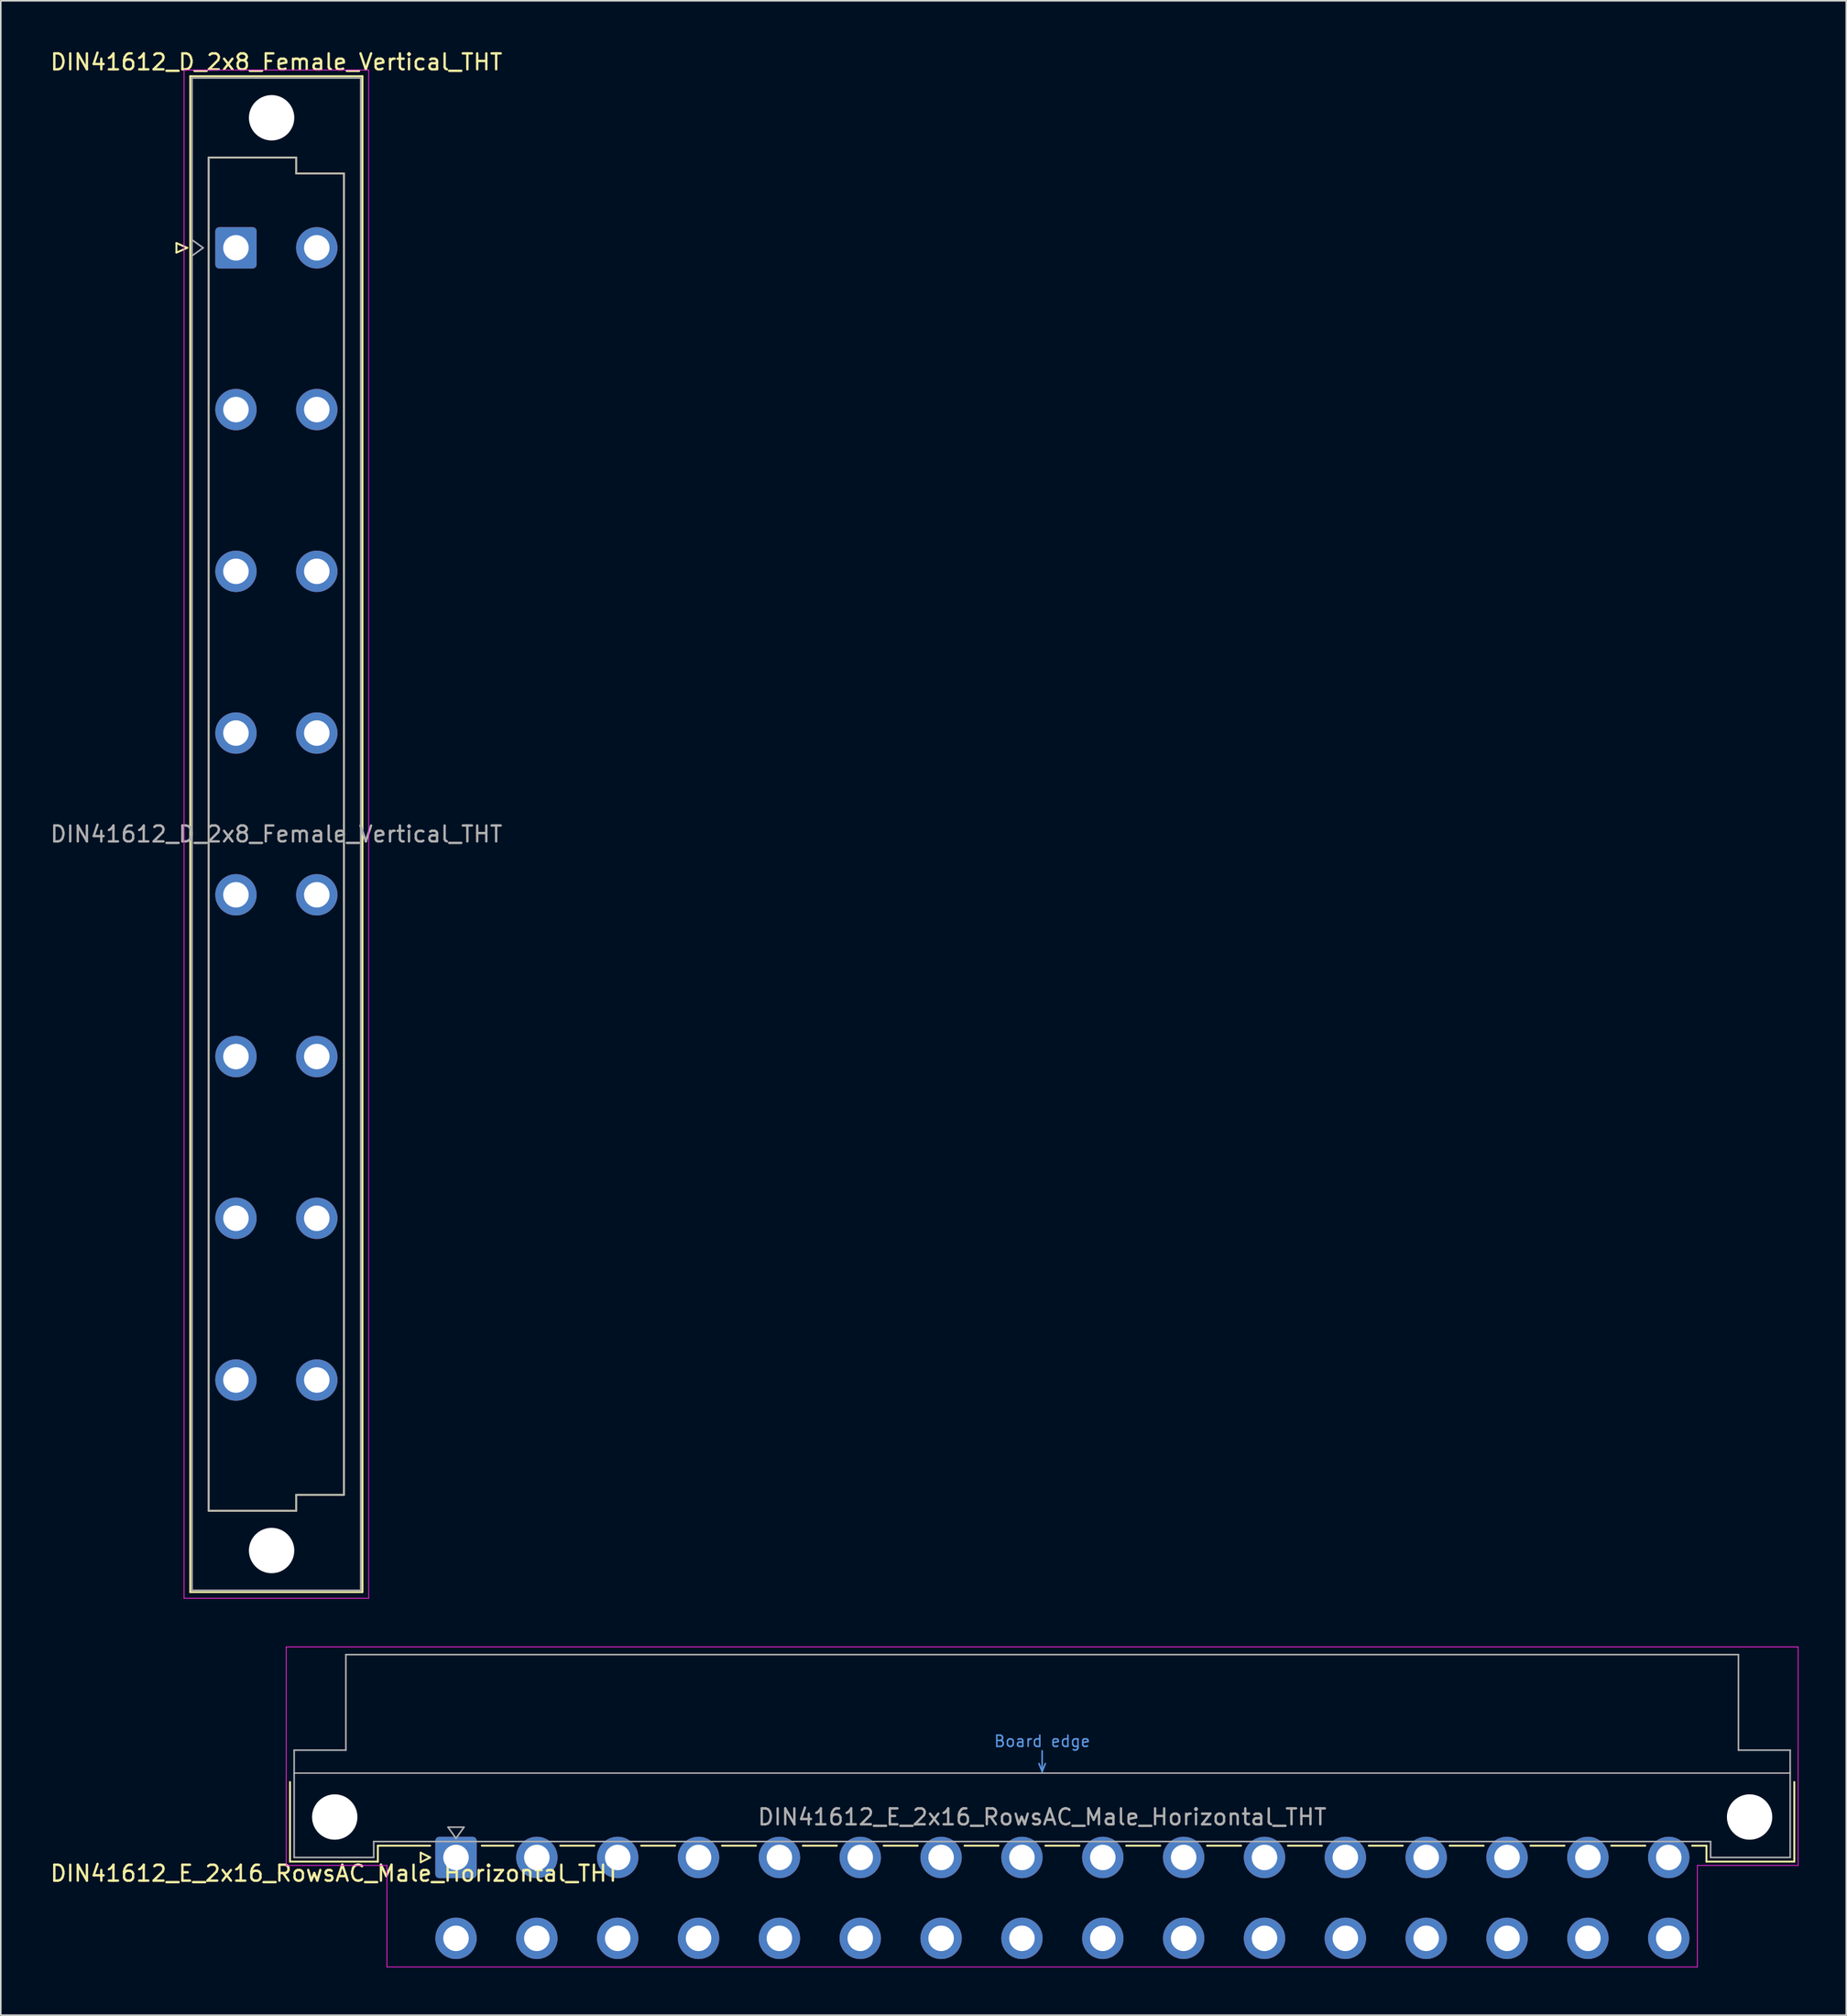
<source format=kicad_pcb>
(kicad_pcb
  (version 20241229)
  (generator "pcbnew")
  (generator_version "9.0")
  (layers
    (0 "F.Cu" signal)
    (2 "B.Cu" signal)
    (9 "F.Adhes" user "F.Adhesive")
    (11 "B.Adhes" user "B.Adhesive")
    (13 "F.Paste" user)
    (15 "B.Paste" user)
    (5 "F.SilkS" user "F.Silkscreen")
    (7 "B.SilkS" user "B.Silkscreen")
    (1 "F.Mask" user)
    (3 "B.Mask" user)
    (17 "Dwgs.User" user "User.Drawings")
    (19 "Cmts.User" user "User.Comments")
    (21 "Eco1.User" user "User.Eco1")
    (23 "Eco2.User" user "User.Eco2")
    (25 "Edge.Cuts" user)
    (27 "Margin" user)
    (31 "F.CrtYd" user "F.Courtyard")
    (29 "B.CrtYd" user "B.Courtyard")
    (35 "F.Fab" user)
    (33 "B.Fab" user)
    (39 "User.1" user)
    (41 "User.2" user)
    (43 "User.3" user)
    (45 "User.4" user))
  (footprint "DIN41612_D_2x8_Female_Vertical_THT"
    (layer "F.Cu")
    (at 11.775 9.978)
    (property "Reference" "DIN41612_D_2x8_Female_Vertical_THT" (at 2.54 -9.13 0) (layer "F.SilkS") (effects (font (size 1 1) (thickness 0.15))))
    (attr through_hole)
    (fp_line (start -3.74 2.24) (end -3.74 2.84) (stroke (width 0.12) (type solid)) (layer "F.SilkS"))
    (fp_line (start -3.74 2.84) (end -3.06 2.54) (stroke (width 0.12) (type solid)) (layer "F.SilkS"))
    (fp_line (start -3.06 2.54) (end -3.74 2.24) (stroke (width 0.12) (type solid)) (layer "F.SilkS"))
    (fp_line (start -2.87 -8.24) (end 7.95 -8.24) (stroke (width 0.12) (type solid)) (layer "F.SilkS"))
    (fp_line (start -2.87 86.98) (end -2.87 -8.24) (stroke (width 0.12) (type solid)) (layer "F.SilkS"))
    (fp_line (start -1.71 -3.131) (end 3.79 -3.131) (stroke (width 0.12) (type solid)) (layer "F.SilkS"))
    (fp_line (start -1.71 81.87) (end -1.71 -3.131) (stroke (width 0.12) (type solid)) (layer "F.SilkS"))
    (fp_line (start 3.79 -3.131) (end 3.79 -2.131) (stroke (width 0.12) (type solid)) (layer "F.SilkS"))
    (fp_line (start 3.79 -2.131) (end 6.79 -2.131) (stroke (width 0.12) (type solid)) (layer "F.SilkS"))
    (fp_line (start 3.79 80.87) (end 3.79 81.87) (stroke (width 0.12) (type solid)) (layer "F.SilkS"))
    (fp_line (start 3.79 81.87) (end -1.71 81.87) (stroke (width 0.12) (type solid)) (layer "F.SilkS"))
    (fp_line (start 6.79 -2.131) (end 6.79 80.87) (stroke (width 0.12) (type solid)) (layer "F.SilkS"))
    (fp_line (start 6.79 80.87) (end 3.79 80.87) (stroke (width 0.12) (type solid)) (layer "F.SilkS"))
    (fp_line (start 7.95 -8.24) (end 7.95 86.98) (stroke (width 0.12) (type solid)) (layer "F.SilkS"))
    (fp_line (start 7.95 86.98) (end -2.87 86.98) (stroke (width 0.12) (type solid)) (layer "F.SilkS"))
    (fp_line (start -3.26 -8.63) (end 8.34 -8.63) (stroke (width 0.05) (type solid)) (layer "F.CrtYd"))
    (fp_line (start -3.26 87.37) (end -3.26 -8.63) (stroke (width 0.05) (type solid)) (layer "F.CrtYd"))
    (fp_line (start 8.34 -8.63) (end 8.34 87.37) (stroke (width 0.05) (type solid)) (layer "F.CrtYd"))
    (fp_line (start 8.34 87.37) (end -3.26 87.37) (stroke (width 0.05) (type solid)) (layer "F.CrtYd"))
    (fp_line (start -2.76 -8.13) (end 7.84 -8.13) (stroke (width 0.1) (type solid)) (layer "F.Fab"))
    (fp_line (start -2.76 2.04) (end -2.06 2.54) (stroke (width 0.1) (type solid)) (layer "F.Fab"))
    (fp_line (start -2.76 86.87) (end -2.76 -8.13) (stroke (width 0.1) (type solid)) (layer "F.Fab"))
    (fp_line (start -2.06 2.54) (end -2.76 3.04) (stroke (width 0.1) (type solid)) (layer "F.Fab"))
    (fp_line (start -1.71 -3.13) (end 3.79 -3.13) (stroke (width 0.1) (type solid)) (layer "F.Fab"))
    (fp_line (start -1.71 81.87) (end -1.71 -3.13) (stroke (width 0.1) (type solid)) (layer "F.Fab"))
    (fp_line (start 3.79 -3.13) (end 3.79 -2.13) (stroke (width 0.1) (type solid)) (layer "F.Fab"))
    (fp_line (start 3.79 -2.13) (end 6.79 -2.13) (stroke (width 0.1) (type solid)) (layer "F.Fab"))
    (fp_line (start 3.79 80.87) (end 3.79 81.87) (stroke (width 0.1) (type solid)) (layer "F.Fab"))
    (fp_line (start 3.79 81.87) (end -1.71 81.87) (stroke (width 0.1) (type solid)) (layer "F.Fab"))
    (fp_line (start 6.79 -2.13) (end 6.79 80.87) (stroke (width 0.1) (type solid)) (layer "F.Fab"))
    (fp_line (start 6.79 80.87) (end 3.79 80.87) (stroke (width 0.1) (type solid)) (layer "F.Fab"))
    (fp_line (start 7.84 -8.13) (end 7.84 86.87) (stroke (width 0.1) (type solid)) (layer "F.Fab"))
    (fp_line (start 7.84 86.87) (end -2.76 86.87) (stroke (width 0.1) (type solid)) (layer "F.Fab"))
    (fp_text user "${REFERENCE}" (at 2.54 39.37 0) (layer "F.Fab") (effects (font (size 1 1) (thickness 0.15))))
    (pad "" np_thru_hole circle (at 2.24 -5.63) (size 2.85 2.85) (drill 2.85) (layers "*.Cu" "*.Mask"))
    (pad "" np_thru_hole circle (at 2.24 84.37) (size 2.85 2.85) (drill 2.85) (layers "*.Cu" "*.Mask"))
    (pad "a2" thru_hole roundrect (at 0 2.54) (size 2.6 2.6) (drill 1.6) (layers "*.Cu" "*.Mask") (roundrect_rratio 0.096))
    (pad "a6" thru_hole circle (at 0 12.7) (size 2.6 2.6) (drill 1.6) (layers "*.Cu" "*.Mask"))
    (pad "a10" thru_hole circle (at 0 22.86) (size 2.6 2.6) (drill 1.6) (layers "*.Cu" "*.Mask"))
    (pad "a14" thru_hole circle (at 0 33.02) (size 2.6 2.6) (drill 1.6) (layers "*.Cu" "*.Mask"))
    (pad "a18" thru_hole circle (at 0 43.18) (size 2.6 2.6) (drill 1.6) (layers "*.Cu" "*.Mask"))
    (pad "a22" thru_hole circle (at 0 53.34) (size 2.6 2.6) (drill 1.6) (layers "*.Cu" "*.Mask"))
    (pad "a26" thru_hole circle (at 0 63.5) (size 2.6 2.6) (drill 1.6) (layers "*.Cu" "*.Mask"))
    (pad "a30" thru_hole circle (at 0 73.66) (size 2.6 2.6) (drill 1.6) (layers "*.Cu" "*.Mask"))
    (pad "c2" thru_hole circle (at 5.08 2.54) (size 2.6 2.6) (drill 1.6) (layers "*.Cu" "*.Mask"))
    (pad "c6" thru_hole circle (at 5.08 12.7) (size 2.6 2.6) (drill 1.6) (layers "*.Cu" "*.Mask"))
    (pad "c10" thru_hole circle (at 5.08 22.86) (size 2.6 2.6) (drill 1.6) (layers "*.Cu" "*.Mask"))
    (pad "c14" thru_hole circle (at 5.08 33.02) (size 2.6 2.6) (drill 1.6) (layers "*.Cu" "*.Mask"))
    (pad "c18" thru_hole circle (at 5.08 43.18) (size 2.6 2.6) (drill 1.6) (layers "*.Cu" "*.Mask"))
    (pad "c22" thru_hole circle (at 5.08 53.34) (size 2.6 2.6) (drill 1.6) (layers "*.Cu" "*.Mask"))
    (pad "c26" thru_hole circle (at 5.08 63.5) (size 2.6 2.6) (drill 1.6) (layers "*.Cu" "*.Mask"))
    (pad "c30" thru_hole circle (at 5.08 73.66) (size 2.6 2.6) (drill 1.6) (layers "*.Cu" "*.Mask")))
  (footprint "DIN41612_E_2x16_RowsAC_Male_Horizontal_THT"
    (layer "F.Cu")
    (at 23.062 113.628)
    (property "Reference" "DIN41612_E_2x16_RowsAC_Male_Horizontal_THT" (at -5.08 1 0) (layer "F.SilkS") (effects (font (size 1 1) (thickness 0.15))))
    (attr through_hole)
    (fp_line (start -7.89 -4.74) (end -7.89 0.26) (stroke (width 0.12) (type solid)) (layer "F.SilkS"))
    (fp_line (start -7.89 0.26) (end -2.37 0.26) (stroke (width 0.12) (type solid)) (layer "F.SilkS"))
    (fp_line (start -2.371 -0.74) (end 0.92 -0.74) (stroke (width 0.12) (type solid)) (layer "F.SilkS"))
    (fp_line (start -2.37 0.26) (end -2.37 -0.74) (stroke (width 0.12) (type solid)) (layer "F.SilkS"))
    (fp_line (start 0.32 -0.3) (end 0.32 0.3) (stroke (width 0.12) (type solid)) (layer "F.SilkS"))
    (fp_line (start 0.32 0.3) (end 0.92 0) (stroke (width 0.12) (type solid)) (layer "F.SilkS"))
    (fp_line (start 0.92 0) (end 0.32 -0.3) (stroke (width 0.12) (type solid)) (layer "F.SilkS"))
    (fp_line (start 4.16 -0.74) (end 6.149 -0.74) (stroke (width 0.12) (type solid)) (layer "F.SilkS"))
    (fp_line (start 9.092 -0.74) (end 11.229 -0.74) (stroke (width 0.12) (type solid)) (layer "F.SilkS"))
    (fp_line (start 14.172 -0.74) (end 16.309 -0.74) (stroke (width 0.12) (type solid)) (layer "F.SilkS"))
    (fp_line (start 19.252 -0.74) (end 21.389 -0.74) (stroke (width 0.12) (type solid)) (layer "F.SilkS"))
    (fp_line (start 24.332 -0.74) (end 26.469 -0.74) (stroke (width 0.12) (type solid)) (layer "F.SilkS"))
    (fp_line (start 29.412 -0.74) (end 31.549 -0.74) (stroke (width 0.12) (type solid)) (layer "F.SilkS"))
    (fp_line (start 34.492 -0.74) (end 36.629 -0.74) (stroke (width 0.12) (type solid)) (layer "F.SilkS"))
    (fp_line (start 39.572 -0.74) (end 41.709 -0.74) (stroke (width 0.12) (type solid)) (layer "F.SilkS"))
    (fp_line (start 44.652 -0.74) (end 46.789 -0.74) (stroke (width 0.12) (type solid)) (layer "F.SilkS"))
    (fp_line (start 49.732 -0.74) (end 51.869 -0.74) (stroke (width 0.12) (type solid)) (layer "F.SilkS"))
    (fp_line (start 54.812 -0.74) (end 56.949 -0.74) (stroke (width 0.12) (type solid)) (layer "F.SilkS"))
    (fp_line (start 59.892 -0.74) (end 62.029 -0.74) (stroke (width 0.12) (type solid)) (layer "F.SilkS"))
    (fp_line (start 64.972 -0.74) (end 67.109 -0.74) (stroke (width 0.12) (type solid)) (layer "F.SilkS"))
    (fp_line (start 70.052 -0.74) (end 72.189 -0.74) (stroke (width 0.12) (type solid)) (layer "F.SilkS"))
    (fp_line (start 75.132 -0.74) (end 77.269 -0.74) (stroke (width 0.12) (type solid)) (layer "F.SilkS"))
    (fp_line (start 80.212 -0.74) (end 81.11 -0.74) (stroke (width 0.12) (type solid)) (layer "F.SilkS"))
    (fp_line (start 81.11 0.26) (end 81.11 -0.74) (stroke (width 0.12) (type solid)) (layer "F.SilkS"))
    (fp_line (start 86.63 -4.74) (end 86.63 0.26) (stroke (width 0.12) (type solid)) (layer "F.SilkS"))
    (fp_line (start 86.63 0.26) (end 81.11 0.26) (stroke (width 0.12) (type solid)) (layer "F.SilkS"))
    (fp_line (start -7.63 -5.3) (end 86.37 -5.3) (stroke (width 0.08) (type solid)) (layer "Dwgs.User"))
    (fp_line (start 39.17 -5.9) (end 39.37 -5.4) (stroke (width 0.1) (type solid)) (layer "Cmts.User"))
    (fp_line (start 39.37 -5.4) (end 39.37 -6.7) (stroke (width 0.1) (type solid)) (layer "Cmts.User"))
    (fp_line (start 39.37 -5.4) (end 39.57 -5.9) (stroke (width 0.1) (type solid)) (layer "Cmts.User"))
    (fp_line (start -8.13 -13.23) (end -8.13 0.5) (stroke (width 0.05) (type solid)) (layer "F.CrtYd"))
    (fp_line (start -8.13 0.5) (end -1.8 0.5) (stroke (width 0.05) (type solid)) (layer "F.CrtYd"))
    (fp_line (start -1.8 0.5) (end -1.8 6.88) (stroke (width 0.05) (type solid)) (layer "F.CrtYd"))
    (fp_line (start -1.8 6.88) (end 80.54 6.88) (stroke (width 0.05) (type solid)) (layer "F.CrtYd"))
    (fp_line (start 80.54 0.5) (end 86.87 0.5) (stroke (width 0.05) (type solid)) (layer "F.CrtYd"))
    (fp_line (start 80.54 6.88) (end 80.54 0.5) (stroke (width 0.05) (type solid)) (layer "F.CrtYd"))
    (fp_line (start 86.87 -13.23) (end -8.13 -13.23) (stroke (width 0.05) (type solid)) (layer "F.CrtYd"))
    (fp_line (start 86.87 0.5) (end 86.87 -13.23) (stroke (width 0.05) (type solid)) (layer "F.CrtYd"))
    (fp_line (start -7.63 -6.74) (end -7.63 0) (stroke (width 0.1) (type solid)) (layer "F.Fab"))
    (fp_line (start -7.63 0) (end -2.63 0) (stroke (width 0.1) (type solid)) (layer "F.Fab"))
    (fp_line (start -4.38 -12.74) (end -4.38 -6.74) (stroke (width 0.1) (type solid)) (layer "F.Fab"))
    (fp_line (start -4.38 -6.74) (end -7.63 -6.74) (stroke (width 0.1) (type solid)) (layer "F.Fab"))
    (fp_line (start -2.63 -1) (end 81.37 -1) (stroke (width 0.1) (type solid)) (layer "F.Fab"))
    (fp_line (start -2.63 0) (end -2.63 -1) (stroke (width 0.1) (type solid)) (layer "F.Fab"))
    (fp_line (start 2.04 -1.9) (end 3.04 -1.9) (stroke (width 0.1) (type solid)) (layer "F.Fab"))
    (fp_line (start 2.54 -1.2) (end 2.04 -1.9) (stroke (width 0.1) (type solid)) (layer "F.Fab"))
    (fp_line (start 3.04 -1.9) (end 2.54 -1.2) (stroke (width 0.1) (type solid)) (layer "F.Fab"))
    (fp_line (start 81.37 -1) (end 81.37 0) (stroke (width 0.1) (type solid)) (layer "F.Fab"))
    (fp_line (start 81.37 0) (end 86.37 0) (stroke (width 0.1) (type solid)) (layer "F.Fab"))
    (fp_line (start 83.12 -12.74) (end -4.38 -12.74) (stroke (width 0.1) (type solid)) (layer "F.Fab"))
    (fp_line (start 83.12 -6.74) (end 83.12 -12.74) (stroke (width 0.1) (type solid)) (layer "F.Fab"))
    (fp_line (start 86.37 -6.74) (end 83.12 -6.74) (stroke (width 0.1) (type solid)) (layer "F.Fab"))
    (fp_line (start 86.37 0) (end 86.37 -6.74) (stroke (width 0.1) (type solid)) (layer "F.Fab"))
    (fp_text user "Board edge" (at 39.37 -7.3 0) (layer "Cmts.User") (effects (font (size 0.7 0.7) (thickness 0.1))))
    (fp_text user "${REFERENCE}" (at 39.37 -2.54 0) (layer "F.Fab") (effects (font (size 1 1) (thickness 0.15))))
    (pad "" np_thru_hole circle (at -5.08 -2.54) (size 2.85 2.85) (drill 2.85) (layers "*.Cu" "*.Mask"))
    (pad "" np_thru_hole circle (at 83.82 -2.54) (size 2.85 2.85) (drill 2.85) (layers "*.Cu" "*.Mask"))
    (pad "a2" thru_hole roundrect (at 2.54 0) (size 2.6 2.6) (drill 1.6) (layers "*.Cu" "*.Mask") (roundrect_rratio 0.096))
    (pad "a4" thru_hole circle (at 7.62 0) (size 2.6 2.6) (drill 1.6) (layers "*.Cu" "*.Mask"))
    (pad "a6" thru_hole circle (at 12.7 0) (size 2.6 2.6) (drill 1.6) (layers "*.Cu" "*.Mask"))
    (pad "a8" thru_hole circle (at 17.78 0) (size 2.6 2.6) (drill 1.6) (layers "*.Cu" "*.Mask"))
    (pad "a10" thru_hole circle (at 22.86 0) (size 2.6 2.6) (drill 1.6) (layers "*.Cu" "*.Mask"))
    (pad "a12" thru_hole circle (at 27.94 0) (size 2.6 2.6) (drill 1.6) (layers "*.Cu" "*.Mask"))
    (pad "a14" thru_hole circle (at 33.02 0) (size 2.6 2.6) (drill 1.6) (layers "*.Cu" "*.Mask"))
    (pad "a16" thru_hole circle (at 38.1 0) (size 2.6 2.6) (drill 1.6) (layers "*.Cu" "*.Mask"))
    (pad "a18" thru_hole circle (at 43.18 0) (size 2.6 2.6) (drill 1.6) (layers "*.Cu" "*.Mask"))
    (pad "a20" thru_hole circle (at 48.26 0) (size 2.6 2.6) (drill 1.6) (layers "*.Cu" "*.Mask"))
    (pad "a22" thru_hole circle (at 53.34 0) (size 2.6 2.6) (drill 1.6) (layers "*.Cu" "*.Mask"))
    (pad "a24" thru_hole circle (at 58.42 0) (size 2.6 2.6) (drill 1.6) (layers "*.Cu" "*.Mask"))
    (pad "a26" thru_hole circle (at 63.5 0) (size 2.6 2.6) (drill 1.6) (layers "*.Cu" "*.Mask"))
    (pad "a28" thru_hole circle (at 68.58 0) (size 2.6 2.6) (drill 1.6) (layers "*.Cu" "*.Mask"))
    (pad "a30" thru_hole circle (at 73.66 0) (size 2.6 2.6) (drill 1.6) (layers "*.Cu" "*.Mask"))
    (pad "a32" thru_hole circle (at 78.74 0) (size 2.6 2.6) (drill 1.6) (layers "*.Cu" "*.Mask"))
    (pad "c2" thru_hole circle (at 2.54 5.08) (size 2.6 2.6) (drill 1.6) (layers "*.Cu" "*.Mask"))
    (pad "c4" thru_hole circle (at 7.62 5.08) (size 2.6 2.6) (drill 1.6) (layers "*.Cu" "*.Mask"))
    (pad "c6" thru_hole circle (at 12.7 5.08) (size 2.6 2.6) (drill 1.6) (layers "*.Cu" "*.Mask"))
    (pad "c8" thru_hole circle (at 17.78 5.08) (size 2.6 2.6) (drill 1.6) (layers "*.Cu" "*.Mask"))
    (pad "c10" thru_hole circle (at 22.86 5.08) (size 2.6 2.6) (drill 1.6) (layers "*.Cu" "*.Mask"))
    (pad "c12" thru_hole circle (at 27.94 5.08) (size 2.6 2.6) (drill 1.6) (layers "*.Cu" "*.Mask"))
    (pad "c14" thru_hole circle (at 33.02 5.08) (size 2.6 2.6) (drill 1.6) (layers "*.Cu" "*.Mask"))
    (pad "c16" thru_hole circle (at 38.1 5.08) (size 2.6 2.6) (drill 1.6) (layers "*.Cu" "*.Mask"))
    (pad "c18" thru_hole circle (at 43.18 5.08) (size 2.6 2.6) (drill 1.6) (layers "*.Cu" "*.Mask"))
    (pad "c20" thru_hole circle (at 48.26 5.08) (size 2.6 2.6) (drill 1.6) (layers "*.Cu" "*.Mask"))
    (pad "c22" thru_hole circle (at 53.34 5.08) (size 2.6 2.6) (drill 1.6) (layers "*.Cu" "*.Mask"))
    (pad "c24" thru_hole circle (at 58.42 5.08) (size 2.6 2.6) (drill 1.6) (layers "*.Cu" "*.Mask"))
    (pad "c26" thru_hole circle (at 63.5 5.08) (size 2.6 2.6) (drill 1.6) (layers "*.Cu" "*.Mask"))
    (pad "c28" thru_hole circle (at 68.58 5.08) (size 2.6 2.6) (drill 1.6) (layers "*.Cu" "*.Mask"))
    (pad "c30" thru_hole circle (at 73.66 5.08) (size 2.6 2.6) (drill 1.6) (layers "*.Cu" "*.Mask"))
    (pad "c32" thru_hole circle (at 78.74 5.08) (size 2.6 2.6) (drill 1.6) (layers "*.Cu" "*.Mask")))
  (gr_rect
    (start -3 -3)
    (end 112.957 123.533)
    (stroke (width 0.1) (type default))
    (fill no)
    (layer "Edge.Cuts")))
</source>
